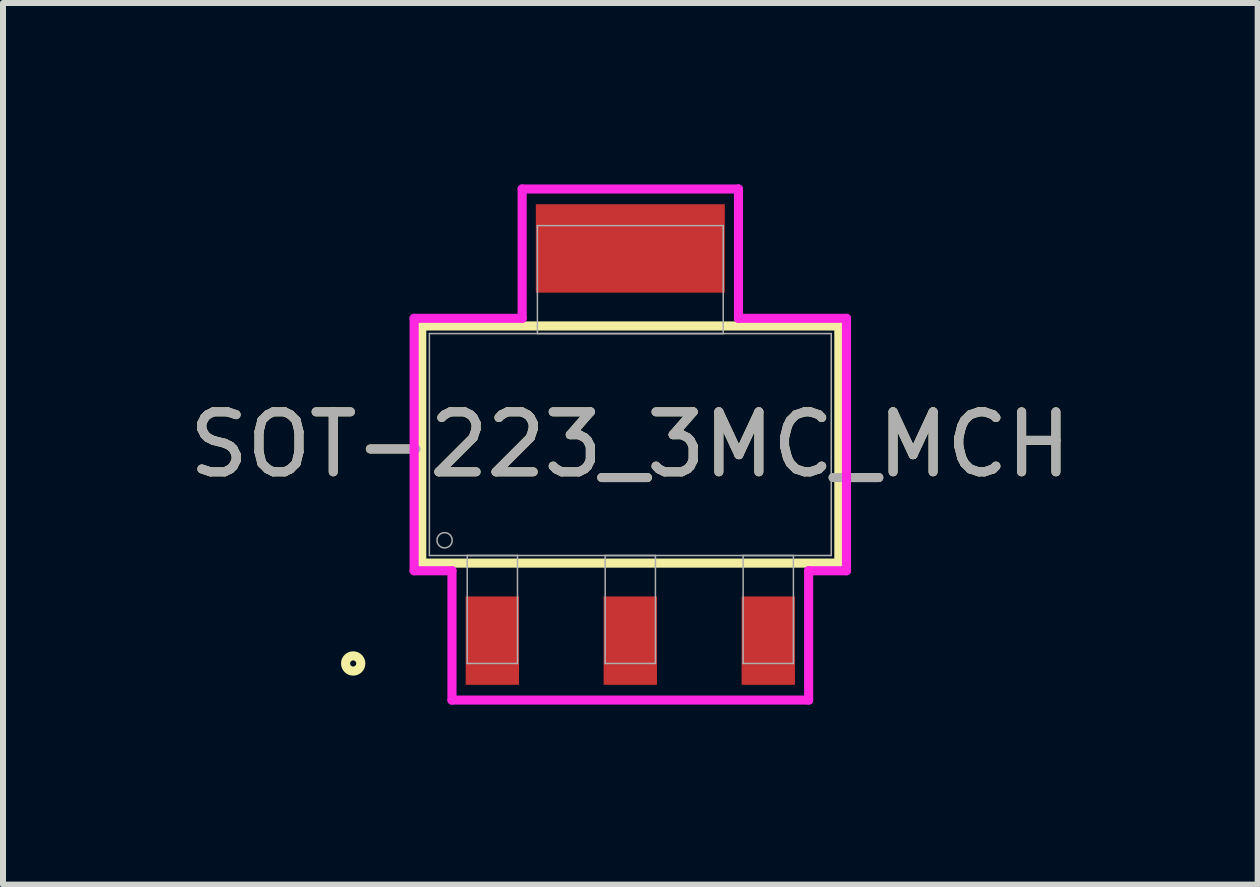
<source format=kicad_pcb>
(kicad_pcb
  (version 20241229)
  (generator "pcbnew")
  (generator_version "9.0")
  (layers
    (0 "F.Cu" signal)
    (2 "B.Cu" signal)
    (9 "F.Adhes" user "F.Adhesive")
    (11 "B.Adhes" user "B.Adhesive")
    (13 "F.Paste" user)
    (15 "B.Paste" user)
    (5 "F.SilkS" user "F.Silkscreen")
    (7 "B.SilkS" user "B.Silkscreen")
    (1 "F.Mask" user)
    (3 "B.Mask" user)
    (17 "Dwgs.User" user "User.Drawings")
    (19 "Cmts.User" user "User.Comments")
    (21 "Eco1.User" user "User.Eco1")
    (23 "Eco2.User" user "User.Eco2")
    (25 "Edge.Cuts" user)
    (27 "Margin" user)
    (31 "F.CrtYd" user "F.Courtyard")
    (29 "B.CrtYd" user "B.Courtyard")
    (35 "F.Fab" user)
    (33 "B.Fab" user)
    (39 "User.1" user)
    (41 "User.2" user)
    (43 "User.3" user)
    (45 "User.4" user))
  (footprint "SOT-223_3MC_MCH"
    (layer "F.Cu")
    (at 7.458 4.361)
    (property "Reference" "SOT-223_3MC_MCH" (at 0 0 0) (unlocked yes) (layer "F.SilkS") (effects (font (size 1 1) (thickness 0.15))))
    (attr smd)
    (fp_poly (pts (xy 1.575 -4.006) (xy -1.575 -4.006) (xy -1.575 -2.532) (xy 1.575 -2.532)) (stroke (width 0) (type solid)) (fill yes) (layer "F.Cu"))
    (fp_poly (pts (xy 1.6 -4.361) (xy -1.6 -4.361) (xy -1.6 -2.177) (xy 1.6 -2.177)) (stroke (width 0) (type solid)) (fill yes) (layer "F.Mask"))
    (fp_line (start -3.477 -1.977) (end -3.477 1.977) (stroke (width 0.152) (type solid)) (layer "F.SilkS"))
    (fp_line (start -3.477 1.977) (end 3.477 1.977) (stroke (width 0.152) (type solid)) (layer "F.SilkS"))
    (fp_line (start 3.477 -1.977) (end -3.477 -1.977) (stroke (width 0.152) (type solid)) (layer "F.SilkS"))
    (fp_line (start 3.477 1.977) (end 3.477 -1.977) (stroke (width 0.152) (type solid)) (layer "F.SilkS"))
    (fp_circle (center -4.62 3.65) (end -4.493 3.65) (stroke (width 0.152) (type solid)) (fill no) (layer "F.SilkS"))
    (fp_poly (pts (xy 1.575 -4.006) (xy -1.575 -4.006) (xy -1.575 -2.532) (xy 1.575 -2.532)) (stroke (width 0) (type solid)) (fill yes) (layer "F.Paste"))
    (fp_line (start -3.604 -2.104) (end -1.803 -2.104) (stroke (width 0.152) (type solid)) (layer "F.CrtYd"))
    (fp_line (start -3.604 2.104) (end -3.604 -2.104) (stroke (width 0.152) (type solid)) (layer "F.CrtYd"))
    (fp_line (start -2.973 2.104) (end -3.604 2.104) (stroke (width 0.152) (type solid)) (layer "F.CrtYd"))
    (fp_line (start -2.973 4.26) (end -2.973 2.104) (stroke (width 0.152) (type solid)) (layer "F.CrtYd"))
    (fp_line (start -1.803 -4.26) (end 1.803 -4.26) (stroke (width 0.152) (type solid)) (layer "F.CrtYd"))
    (fp_line (start -1.803 -2.104) (end -1.803 -4.26) (stroke (width 0.152) (type solid)) (layer "F.CrtYd"))
    (fp_line (start 1.803 -4.26) (end 1.803 -2.104) (stroke (width 0.152) (type solid)) (layer "F.CrtYd"))
    (fp_line (start 1.803 -2.104) (end 3.604 -2.104) (stroke (width 0.152) (type solid)) (layer "F.CrtYd"))
    (fp_line (start 2.973 2.104) (end 2.973 4.26) (stroke (width 0.152) (type solid)) (layer "F.CrtYd"))
    (fp_line (start 2.973 4.26) (end -2.973 4.26) (stroke (width 0.152) (type solid)) (layer "F.CrtYd"))
    (fp_line (start 3.604 -2.104) (end 3.604 2.104) (stroke (width 0.152) (type solid)) (layer "F.CrtYd"))
    (fp_line (start 3.604 2.104) (end 2.973 2.104) (stroke (width 0.152) (type solid)) (layer "F.CrtYd"))
    (fp_line (start -3.35 -1.85) (end -3.35 1.85) (stroke (width 0.025) (type solid)) (layer "F.Fab"))
    (fp_line (start -3.35 1.85) (end 3.35 1.85) (stroke (width 0.025) (type solid)) (layer "F.Fab"))
    (fp_line (start -2.719 1.85) (end -2.719 3.65) (stroke (width 0.025) (type solid)) (layer "F.Fab"))
    (fp_line (start -2.719 3.65) (end -1.881 3.65) (stroke (width 0.025) (type solid)) (layer "F.Fab"))
    (fp_line (start -1.881 1.85) (end -2.719 1.85) (stroke (width 0.025) (type solid)) (layer "F.Fab"))
    (fp_line (start -1.881 3.65) (end -1.881 1.85) (stroke (width 0.025) (type solid)) (layer "F.Fab"))
    (fp_line (start -1.549 -3.65) (end -1.549 -1.85) (stroke (width 0.025) (type solid)) (layer "F.Fab"))
    (fp_line (start -1.549 -1.85) (end 1.549 -1.85) (stroke (width 0.025) (type solid)) (layer "F.Fab"))
    (fp_line (start -0.419 1.85) (end -0.419 3.65) (stroke (width 0.025) (type solid)) (layer "F.Fab"))
    (fp_line (start -0.419 3.65) (end 0.419 3.65) (stroke (width 0.025) (type solid)) (layer "F.Fab"))
    (fp_line (start 0.419 1.85) (end -0.419 1.85) (stroke (width 0.025) (type solid)) (layer "F.Fab"))
    (fp_line (start 0.419 3.65) (end 0.419 1.85) (stroke (width 0.025) (type solid)) (layer "F.Fab"))
    (fp_line (start 1.549 -3.65) (end -1.549 -3.65) (stroke (width 0.025) (type solid)) (layer "F.Fab"))
    (fp_line (start 1.549 -1.85) (end 1.549 -3.65) (stroke (width 0.025) (type solid)) (layer "F.Fab"))
    (fp_line (start 1.881 1.85) (end 1.881 3.65) (stroke (width 0.025) (type solid)) (layer "F.Fab"))
    (fp_line (start 1.881 3.65) (end 2.719 3.65) (stroke (width 0.025) (type solid)) (layer "F.Fab"))
    (fp_line (start 2.719 1.85) (end 1.881 1.85) (stroke (width 0.025) (type solid)) (layer "F.Fab"))
    (fp_line (start 2.719 3.65) (end 2.719 1.85) (stroke (width 0.025) (type solid)) (layer "F.Fab"))
    (fp_line (start 3.35 -1.85) (end -3.35 -1.85) (stroke (width 0.025) (type solid)) (layer "F.Fab"))
    (fp_line (start 3.35 1.85) (end 3.35 -1.85) (stroke (width 0.025) (type solid)) (layer "F.Fab"))
    (fp_circle (center -3.096 1.596) (end -2.969 1.596) (stroke (width 0.025) (type solid)) (fill no) (layer "F.Fab"))
    (fp_text user "${REFERENCE}" (at 0 0 0) (unlocked yes) (layer "F.Fab") (effects (font (size 1 1) (thickness 0.15))))
    (pad "1" smd rect (at -2.3 3.269) (size 0.889 1.473) (layers "F.Cu" "F.Mask" "F.Paste"))
    (pad "2" smd rect (at 0 3.269) (size 0.889 1.473) (layers "F.Cu" "F.Mask" "F.Paste"))
    (pad "3" smd rect (at 2.3 3.269) (size 0.889 1.473) (layers "F.Cu" "F.Mask" "F.Paste")))
  (gr_rect
    (start -3 -3)
    (end 17.917 11.697)
    (stroke (width 0.1) (type default))
    (fill no)
    (layer "Edge.Cuts")))
</source>
